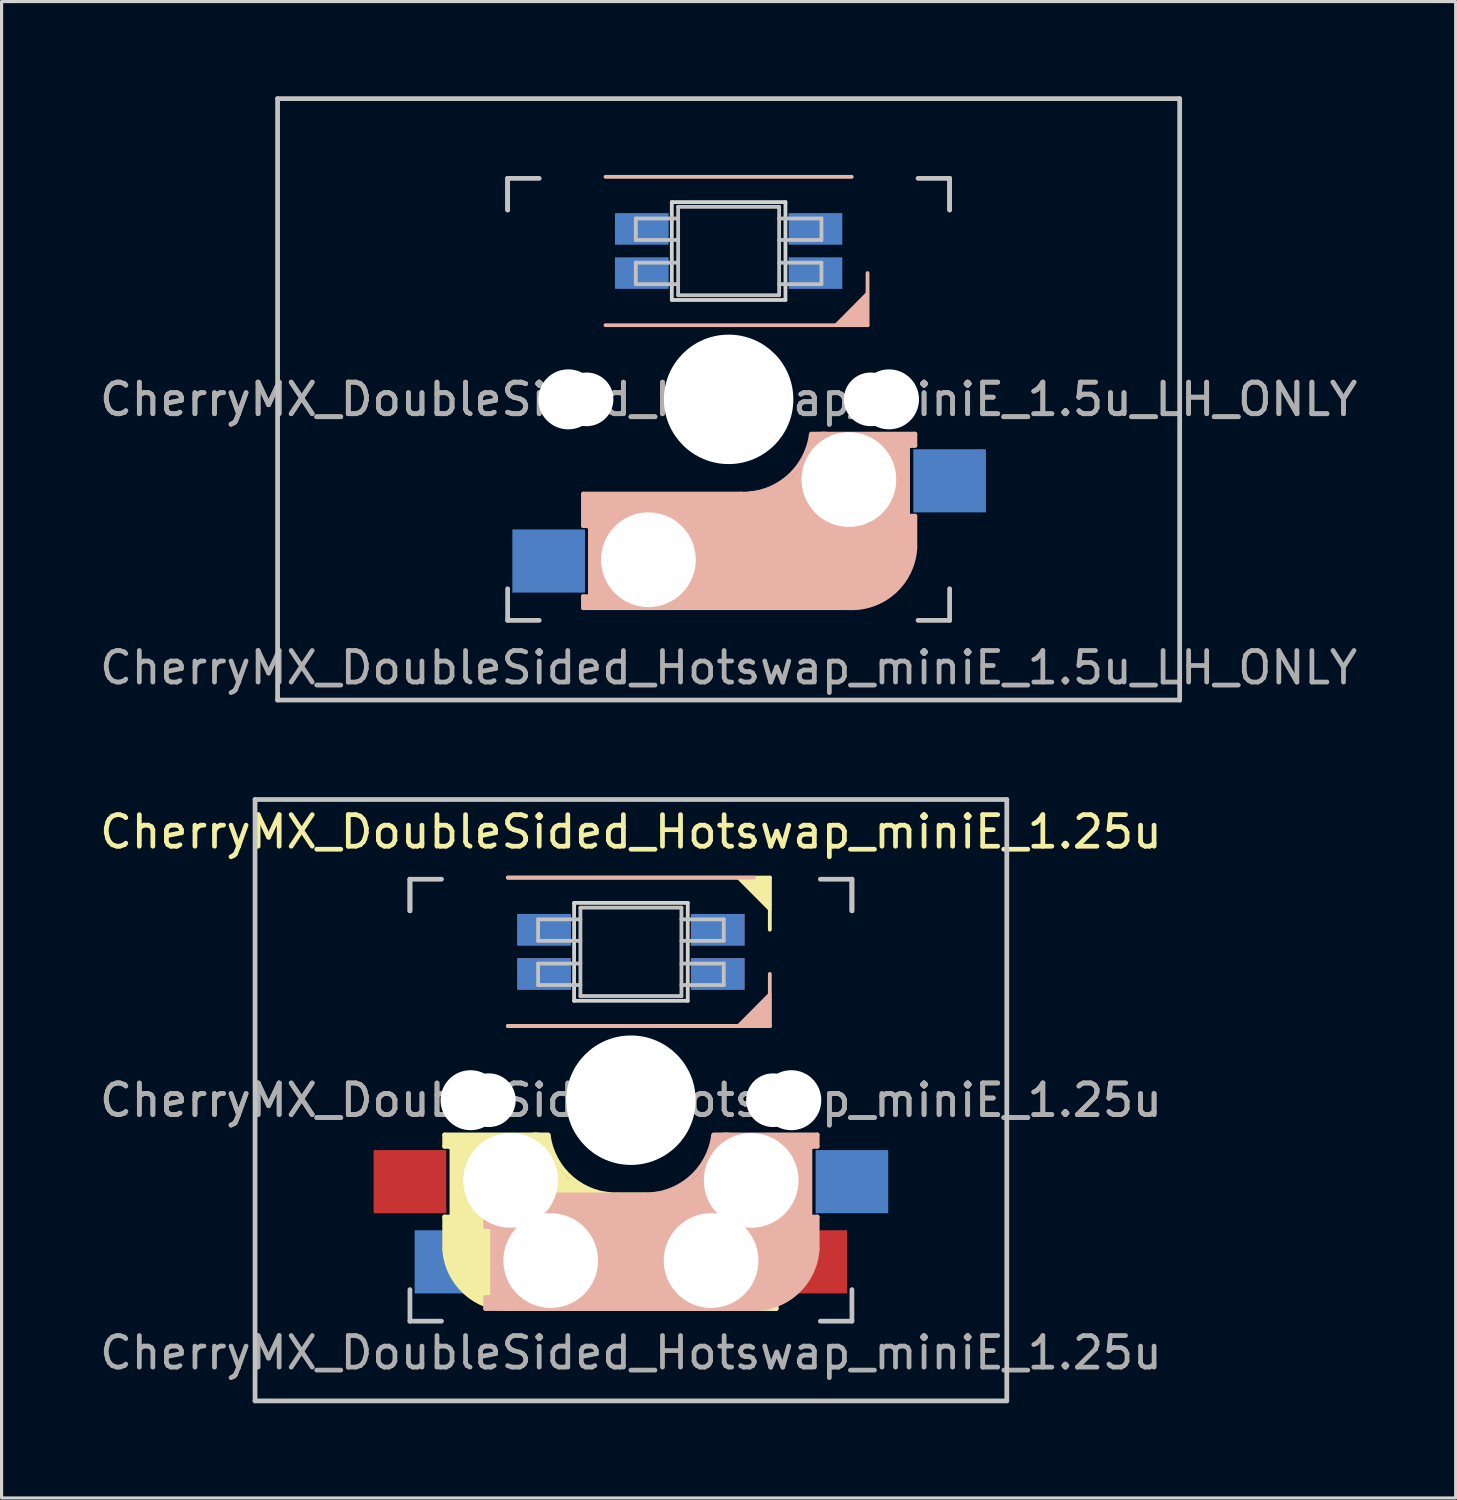
<source format=kicad_pcb>
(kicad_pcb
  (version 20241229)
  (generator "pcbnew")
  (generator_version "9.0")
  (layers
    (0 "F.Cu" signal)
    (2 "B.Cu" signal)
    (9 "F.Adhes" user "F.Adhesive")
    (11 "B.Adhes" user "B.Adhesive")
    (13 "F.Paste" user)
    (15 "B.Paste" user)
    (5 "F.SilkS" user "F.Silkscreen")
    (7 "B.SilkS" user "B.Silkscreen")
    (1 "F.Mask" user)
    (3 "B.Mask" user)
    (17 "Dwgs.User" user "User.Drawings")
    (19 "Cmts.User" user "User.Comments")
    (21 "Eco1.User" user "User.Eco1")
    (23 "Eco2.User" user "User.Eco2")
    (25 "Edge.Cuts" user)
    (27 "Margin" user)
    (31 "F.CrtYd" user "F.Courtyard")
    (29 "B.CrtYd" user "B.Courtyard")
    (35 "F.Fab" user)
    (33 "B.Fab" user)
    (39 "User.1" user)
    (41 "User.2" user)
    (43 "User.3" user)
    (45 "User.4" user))
  (footprint "CherryMX_DoubleSided_Hotswap_miniE_1.5u_LH_ONLY"
    (layer "F.Cu")
    (at 20.03 9.6)
    (property "Reference" "CherryMX_DoubleSided_Hotswap_miniE_1.5u_LH_ONLY" (at 0 8.5 0) (layer "F.Fab") (effects (font (size 1 1) (thickness 0.15))))
    (attr through_hole)
    (fp_line (start -4.6 3) (end -4.6 4) (stroke (width 0.15) (type solid)) (layer "B.SilkS"))
    (fp_line (start -4.6 4) (end -4.4 4) (stroke (width 0.15) (type solid)) (layer "B.SilkS"))
    (fp_line (start -4.6 6.25) (end -4.6 6.6) (stroke (width 0.15) (type solid)) (layer "B.SilkS"))
    (fp_line (start -4.6 6.6) (end 3.8 6.6) (stroke (width 0.15) (type solid)) (layer "B.SilkS"))
    (fp_line (start -4.4 3.9) (end -4.4 3.2) (stroke (width 0.4) (type solid)) (layer "B.SilkS"))
    (fp_line (start -4.4 6.25) (end -4.6 6.25) (stroke (width 0.15) (type solid)) (layer "B.SilkS"))
    (fp_line (start -4.4 6.4) (end -3 6.4) (stroke (width 0.4) (type solid)) (layer "B.SilkS"))
    (fp_line (start -4.38 4) (end -4.38 6.25) (stroke (width 0.15) (type solid)) (layer "B.SilkS"))
    (fp_line (start -4.3 3.3) (end -2.9 3.3) (stroke (width 0.5) (type solid)) (layer "B.SilkS"))
    (fp_line (start -3.9 -2.349) (end 4.4 -2.349) (stroke (width 0.12) (type solid)) (layer "B.SilkS"))
    (fp_line (start -3.9 6) (end -3.9 3.5) (stroke (width 1) (type solid)) (layer "B.SilkS"))
    (fp_line (start -2.6 4.8) (end 4.1 4.8) (stroke (width 3.5) (type solid)) (layer "B.SilkS"))
    (fp_line (start 0.4 3) (end -4.6 3) (stroke (width 0.15) (type solid)) (layer "B.SilkS"))
    (fp_line (start 3.9 -7.049) (end -3.9 -7.049) (stroke (width 0.12) (type solid)) (layer "B.SilkS"))
    (fp_line (start 4.17 5.1) (end 4.17 2.86) (stroke (width 3) (type solid)) (layer "B.SilkS"))
    (fp_line (start 4.4 -2.349) (end 4.4 -4) (stroke (width 0.12) (type solid)) (layer "B.SilkS"))
    (fp_line (start 5.3 1.6) (end 5.3 3.4) (stroke (width 0.8) (type solid)) (layer "B.SilkS"))
    (fp_line (start 5.67 3.7) (end 5.67 1.46) (stroke (width 0.15) (type solid)) (layer "B.SilkS"))
    (fp_line (start 5.7 1.3) (end 3 1.3) (stroke (width 0.5) (type solid)) (layer "B.SilkS"))
    (fp_line (start 5.7 1.46) (end 5.9 1.46) (stroke (width 0.15) (type solid)) (layer "B.SilkS"))
    (fp_line (start 5.8 3.8) (end 5.8 4.7) (stroke (width 0.3) (type solid)) (layer "B.SilkS"))
    (fp_line (start 5.9 1.1) (end 2.62 1.1) (stroke (width 0.15) (type solid)) (layer "B.SilkS"))
    (fp_line (start 5.9 1.1) (end 5.9 1.46) (stroke (width 0.15) (type solid)) (layer "B.SilkS"))
    (fp_line (start 5.9 3.7) (end 5.7 3.7) (stroke (width 0.15) (type solid)) (layer "B.SilkS"))
    (fp_line (start 5.9 4.7) (end 5.9 3.7) (stroke (width 0.15) (type solid)) (layer "B.SilkS"))
    (fp_arc (start 2.616318 1.121471) (mid 1.868709 2.486118) (end 0.4 3) (stroke (width 0.15) (type solid)) (layer "B.SilkS"))
    (fp_arc (start 3.016318 1.521471) (mid 2.268709 2.886118) (end 0.8 3.4) (stroke (width 1) (type solid)) (layer "B.SilkS"))
    (fp_arc (start 5.9 4.699999) (mid 5.243504 6.084924) (end 3.800001 6.6) (stroke (width 0.15) (type solid)) (layer "B.SilkS"))
    (fp_poly (pts (xy 4.4 -3.365) (xy 4.4 -2.349) (xy 3.392 -2.349)) (stroke (width 0.1) (type solid)) (fill yes) (layer "B.SilkS"))
    (fp_line (start -14.287 -9.525) (end 14.287 -9.525) (stroke (width 0.15) (type solid)) (layer "Dwgs.User"))
    (fp_line (start -14.287 9.525) (end -14.287 -9.525) (stroke (width 0.15) (type solid)) (layer "Dwgs.User"))
    (fp_line (start -7 -7) (end -7 -6) (stroke (width 0.15) (type solid)) (layer "Dwgs.User"))
    (fp_line (start -7 -7) (end -6 -7) (stroke (width 0.15) (type solid)) (layer "Dwgs.User"))
    (fp_line (start -7 -6) (end -7 -7) (stroke (width 0.15) (type solid)) (layer "Dwgs.User"))
    (fp_line (start -7 7) (end -7 6) (stroke (width 0.15) (type solid)) (layer "Dwgs.User"))
    (fp_line (start -7 7) (end -6 7) (stroke (width 0.15) (type solid)) (layer "Dwgs.User"))
    (fp_line (start -2.94 -5.729) (end -2.94 -5.049) (stroke (width 0.12) (type solid)) (layer "Dwgs.User"))
    (fp_line (start -2.94 -5.049) (end -1.6 -5.049) (stroke (width 0.12) (type solid)) (layer "Dwgs.User"))
    (fp_line (start -2.94 -4.329) (end -2.94 -3.649) (stroke (width 0.12) (type solid)) (layer "Dwgs.User"))
    (fp_line (start -2.94 -3.649) (end -1.6 -3.649) (stroke (width 0.12) (type solid)) (layer "Dwgs.User"))
    (fp_line (start -1.6 -5.729) (end -2.94 -5.729) (stroke (width 0.12) (type solid)) (layer "Dwgs.User"))
    (fp_line (start -1.6 -4.329) (end -2.94 -4.329) (stroke (width 0.12) (type solid)) (layer "Dwgs.User"))
    (fp_line (start -1.6 -3.299) (end -1.6 -6.099) (stroke (width 0.12) (type solid)) (layer "Dwgs.User"))
    (fp_line (start 1.6 -6.099) (end -1.6 -6.099) (stroke (width 0.12) (type solid)) (layer "Dwgs.User"))
    (fp_line (start 1.6 -5.049) (end 2.94 -5.049) (stroke (width 0.12) (type solid)) (layer "Dwgs.User"))
    (fp_line (start 1.6 -3.649) (end 2.94 -3.649) (stroke (width 0.12) (type solid)) (layer "Dwgs.User"))
    (fp_line (start 1.6 -3.299) (end -1.6 -3.299) (stroke (width 0.12) (type solid)) (layer "Dwgs.User"))
    (fp_line (start 1.6 -3.299) (end 1.6 -6.099) (stroke (width 0.12) (type solid)) (layer "Dwgs.User"))
    (fp_line (start 2.94 -5.729) (end 1.6 -5.729) (stroke (width 0.12) (type solid)) (layer "Dwgs.User"))
    (fp_line (start 2.94 -5.049) (end 2.94 -5.729) (stroke (width 0.12) (type solid)) (layer "Dwgs.User"))
    (fp_line (start 2.94 -4.329) (end 1.6 -4.329) (stroke (width 0.12) (type solid)) (layer "Dwgs.User"))
    (fp_line (start 2.94 -3.649) (end 2.94 -4.329) (stroke (width 0.12) (type solid)) (layer "Dwgs.User"))
    (fp_line (start 7 -7) (end 6 -7) (stroke (width 0.15) (type solid)) (layer "Dwgs.User"))
    (fp_line (start 7 -6) (end 7 -7) (stroke (width 0.15) (type solid)) (layer "Dwgs.User"))
    (fp_line (start 7 -6) (end 7 -7) (stroke (width 0.15) (type solid)) (layer "Dwgs.User"))
    (fp_line (start 7 6) (end 7 7) (stroke (width 0.15) (type solid)) (layer "Dwgs.User"))
    (fp_line (start 7 7) (end 6 7) (stroke (width 0.15) (type solid)) (layer "Dwgs.User"))
    (fp_line (start 14.287 -9.525) (end 14.287 9.525) (stroke (width 0.15) (type solid)) (layer "Dwgs.User"))
    (fp_line (start 14.287 9.525) (end -14.287 9.525) (stroke (width 0.15) (type solid)) (layer "Dwgs.User"))
    (fp_line (start -1.8 -6.249) (end -1.8 -3.149) (stroke (width 0.12) (type solid)) (layer "Edge.Cuts"))
    (fp_line (start -1.8 -3.149) (end 1.8 -3.149) (stroke (width 0.12) (type solid)) (layer "Edge.Cuts"))
    (fp_line (start 1.8 -6.249) (end -1.8 -6.249) (stroke (width 0.12) (type solid)) (layer "Edge.Cuts"))
    (fp_line (start 1.8 -3.149) (end 1.8 -6.249) (stroke (width 0.12) (type solid)) (layer "Edge.Cuts"))
    (fp_text user "${REFERENCE}" (at 0 0 180) (layer "F.Fab") (effects (font (size 1 1) (thickness 0.15))))
    (fp_text user "${REFERENCE}" (at 0 0 180) (layer "F.Fab") (effects (font (size 1 1) (thickness 0.15))))
    (pad "" np_thru_hole circle (at -5.08 0 180) (size 1.9 1.9) (drill 1.9) (layers "*.Cu" "*.Mask"))
    (pad "" np_thru_hole circle (at -4.5 0 180) (size 1.7 1.7) (drill 1.7) (layers "*.Cu" "*.Mask"))
    (pad "" np_thru_hole circle (at -2.54 5.08) (size 3 3) (drill 3) (layers "*.Cu" "*.Mask"))
    (pad "" np_thru_hole circle (at 0 0 270) (size 4.1 4.1) (drill 4.1) (layers "*.Cu" "*.Mask"))
    (pad "" np_thru_hole circle (at 3.81 2.54) (size 3 3) (drill 3) (layers "*.Cu" "*.Mask"))
    (pad "" np_thru_hole circle (at 4.5 0 180) (size 1.7 1.7) (drill 1.7) (layers "*.Cu" "*.Mask"))
    (pad "" np_thru_hole circle (at 5.08 0 180) (size 1.9 1.9) (drill 1.9) (layers "*.Cu" "*.Mask"))
    (pad "1" smd rect (at -2.75 -5.399 180) (size 1.7 1) (layers "B.Cu" "B.Mask" "B.Paste"))
    (pad "2" smd rect (at -2.75 -3.999 180) (size 1.7 1) (layers "B.Cu" "B.Mask" "B.Paste"))
    (pad "3" smd rect (at 2.75 -3.999 180) (size 1.7 1) (layers "B.Cu" "B.Mask" "B.Paste"))
    (pad "4" smd rect (at 2.75 -5.399 180) (size 1.7 1) (layers "B.Cu" "B.Mask" "B.Paste"))
    (pad "5" smd rect (at -5.7 5.12) (size 2.3 2) (layers "B.Cu" "B.Mask" "B.Paste"))
    (pad "6" smd rect (at 7 2.58) (size 2.3 2) (layers "B.Cu" "B.Mask" "B.Paste")))
  (footprint "CherryMX_DoubleSided_Hotswap_miniE_1.25u"
    (layer "F.Cu")
    (at 16.935 31.8)
    (property "Reference" "CherryMX_DoubleSided_Hotswap_miniE_1.25u" (at 0 -8.5 180) (layer "F.SilkS") (effects (font (size 1 1) (thickness 0.15))))
    (attr through_hole)
    (fp_line (start -5.9 1.1) (end -5.9 1.46) (stroke (width 0.15) (type solid)) (layer "F.SilkS"))
    (fp_line (start -5.9 1.1) (end -2.62 1.1) (stroke (width 0.15) (type solid)) (layer "F.SilkS"))
    (fp_line (start -5.9 3.7) (end -5.7 3.7) (stroke (width 0.15) (type solid)) (layer "F.SilkS"))
    (fp_line (start -5.9 4.7) (end -5.9 3.7) (stroke (width 0.15) (type solid)) (layer "F.SilkS"))
    (fp_line (start -5.8 3.8) (end -5.8 4.7) (stroke (width 0.3) (type solid)) (layer "F.SilkS"))
    (fp_line (start -5.7 1.3) (end -3 1.3) (stroke (width 0.5) (type solid)) (layer "F.SilkS"))
    (fp_line (start -5.7 1.46) (end -5.9 1.46) (stroke (width 0.15) (type solid)) (layer "F.SilkS"))
    (fp_line (start -5.67 3.7) (end -5.67 1.46) (stroke (width 0.15) (type solid)) (layer "F.SilkS"))
    (fp_line (start -5.3 1.6) (end -5.3 3.4) (stroke (width 0.8) (type solid)) (layer "F.SilkS"))
    (fp_line (start -4.17 5.1) (end -4.17 2.86) (stroke (width 3) (type solid)) (layer "F.SilkS"))
    (fp_line (start -3.9 -7.052) (end 4.4 -7.052) (stroke (width 0.12) (type solid)) (layer "F.SilkS"))
    (fp_line (start -0.4 3) (end 4.6 3) (stroke (width 0.15) (type solid)) (layer "F.SilkS"))
    (fp_line (start 2.6 4.8) (end -4.1 4.8) (stroke (width 3.5) (type solid)) (layer "F.SilkS"))
    (fp_line (start 3.9 6) (end 3.9 3.5) (stroke (width 1) (type solid)) (layer "F.SilkS"))
    (fp_line (start 4.3 3.3) (end 2.9 3.3) (stroke (width 0.5) (type solid)) (layer "F.SilkS"))
    (fp_line (start 4.38 4) (end 4.38 6.25) (stroke (width 0.15) (type solid)) (layer "F.SilkS"))
    (fp_line (start 4.4 -7.052) (end 4.4 -5.401) (stroke (width 0.12) (type solid)) (layer "F.SilkS"))
    (fp_line (start 4.4 -2.349) (end -3.9 -2.352) (stroke (width 0.12) (type solid)) (layer "F.SilkS"))
    (fp_line (start 4.4 3.9) (end 4.4 3.2) (stroke (width 0.4) (type solid)) (layer "F.SilkS"))
    (fp_line (start 4.4 6.25) (end 4.6 6.25) (stroke (width 0.15) (type solid)) (layer "F.SilkS"))
    (fp_line (start 4.4 6.4) (end 3 6.4) (stroke (width 0.4) (type solid)) (layer "F.SilkS"))
    (fp_line (start 4.6 3) (end 4.6 4) (stroke (width 0.15) (type solid)) (layer "F.SilkS"))
    (fp_line (start 4.6 4) (end 4.4 4) (stroke (width 0.15) (type solid)) (layer "F.SilkS"))
    (fp_line (start 4.6 6.25) (end 4.6 6.6) (stroke (width 0.15) (type solid)) (layer "F.SilkS"))
    (fp_line (start 4.6 6.6) (end -3.8 6.6) (stroke (width 0.15) (type solid)) (layer "F.SilkS"))
    (fp_arc (start -3.8 6.600001) (mid -5.243504 6.084925) (end -5.900001 4.7) (stroke (width 0.15) (type solid)) (layer "F.SilkS"))
    (fp_arc (start -0.8 3.4) (mid -2.268709 2.886118) (end -3.016318 1.521471) (stroke (width 1) (type solid)) (layer "F.SilkS"))
    (fp_arc (start -0.4 3) (mid -1.868709 2.486118) (end -2.616318 1.121471) (stroke (width 0.15) (type solid)) (layer "F.SilkS"))
    (fp_poly (pts (xy 3.392 -7.049) (xy 4.4 -7.052) (xy 4.4 -6.036)) (stroke (width 0.1) (type solid)) (fill yes) (layer "F.SilkS"))
    (fp_line (start -4.6 3) (end -4.6 4) (stroke (width 0.15) (type solid)) (layer "B.SilkS"))
    (fp_line (start -4.6 4) (end -4.4 4) (stroke (width 0.15) (type solid)) (layer "B.SilkS"))
    (fp_line (start -4.6 6.25) (end -4.6 6.6) (stroke (width 0.15) (type solid)) (layer "B.SilkS"))
    (fp_line (start -4.6 6.6) (end 3.8 6.6) (stroke (width 0.15) (type solid)) (layer "B.SilkS"))
    (fp_line (start -4.4 3.9) (end -4.4 3.2) (stroke (width 0.4) (type solid)) (layer "B.SilkS"))
    (fp_line (start -4.4 6.25) (end -4.6 6.25) (stroke (width 0.15) (type solid)) (layer "B.SilkS"))
    (fp_line (start -4.4 6.4) (end -3 6.4) (stroke (width 0.4) (type solid)) (layer "B.SilkS"))
    (fp_line (start -4.38 4) (end -4.38 6.25) (stroke (width 0.15) (type solid)) (layer "B.SilkS"))
    (fp_line (start -4.3 3.3) (end -2.9 3.3) (stroke (width 0.5) (type solid)) (layer "B.SilkS"))
    (fp_line (start -3.9 -2.349) (end 4.4 -2.349) (stroke (width 0.12) (type solid)) (layer "B.SilkS"))
    (fp_line (start -3.9 6) (end -3.9 3.5) (stroke (width 1) (type solid)) (layer "B.SilkS"))
    (fp_line (start -2.6 4.8) (end 4.1 4.8) (stroke (width 3.5) (type solid)) (layer "B.SilkS"))
    (fp_line (start 0.4 3) (end -4.6 3) (stroke (width 0.15) (type solid)) (layer "B.SilkS"))
    (fp_line (start 3.9 -7.049) (end -3.9 -7.049) (stroke (width 0.12) (type solid)) (layer "B.SilkS"))
    (fp_line (start 4.17 5.1) (end 4.17 2.86) (stroke (width 3) (type solid)) (layer "B.SilkS"))
    (fp_line (start 4.4 -2.349) (end 4.4 -4) (stroke (width 0.12) (type solid)) (layer "B.SilkS"))
    (fp_line (start 5.3 1.6) (end 5.3 3.4) (stroke (width 0.8) (type solid)) (layer "B.SilkS"))
    (fp_line (start 5.67 3.7) (end 5.67 1.46) (stroke (width 0.15) (type solid)) (layer "B.SilkS"))
    (fp_line (start 5.7 1.3) (end 3 1.3) (stroke (width 0.5) (type solid)) (layer "B.SilkS"))
    (fp_line (start 5.7 1.46) (end 5.9 1.46) (stroke (width 0.15) (type solid)) (layer "B.SilkS"))
    (fp_line (start 5.8 3.8) (end 5.8 4.7) (stroke (width 0.3) (type solid)) (layer "B.SilkS"))
    (fp_line (start 5.9 1.1) (end 2.62 1.1) (stroke (width 0.15) (type solid)) (layer "B.SilkS"))
    (fp_line (start 5.9 1.1) (end 5.9 1.46) (stroke (width 0.15) (type solid)) (layer "B.SilkS"))
    (fp_line (start 5.9 3.7) (end 5.7 3.7) (stroke (width 0.15) (type solid)) (layer "B.SilkS"))
    (fp_line (start 5.9 4.7) (end 5.9 3.7) (stroke (width 0.15) (type solid)) (layer "B.SilkS"))
    (fp_arc (start 2.616318 1.121471) (mid 1.868709 2.486118) (end 0.4 3) (stroke (width 0.15) (type solid)) (layer "B.SilkS"))
    (fp_arc (start 3.016318 1.521471) (mid 2.268709 2.886118) (end 0.8 3.4) (stroke (width 1) (type solid)) (layer "B.SilkS"))
    (fp_arc (start 5.9 4.699999) (mid 5.243504 6.084924) (end 3.800001 6.6) (stroke (width 0.15) (type solid)) (layer "B.SilkS"))
    (fp_poly (pts (xy 4.4 -3.365) (xy 4.4 -2.349) (xy 3.392 -2.349)) (stroke (width 0.1) (type solid)) (fill yes) (layer "B.SilkS"))
    (fp_line (start -11.906 -9.525) (end 11.906 -9.525) (stroke (width 0.15) (type solid)) (layer "Dwgs.User"))
    (fp_line (start -11.906 9.525) (end -11.906 -9.525) (stroke (width 0.15) (type solid)) (layer "Dwgs.User"))
    (fp_line (start -7 -7) (end -7 -6) (stroke (width 0.15) (type solid)) (layer "Dwgs.User"))
    (fp_line (start -7 -7) (end -6 -7) (stroke (width 0.15) (type solid)) (layer "Dwgs.User"))
    (fp_line (start -7 -6) (end -7 -7) (stroke (width 0.15) (type solid)) (layer "Dwgs.User"))
    (fp_line (start -7 7) (end -7 6) (stroke (width 0.15) (type solid)) (layer "Dwgs.User"))
    (fp_line (start -7 7) (end -6 7) (stroke (width 0.15) (type solid)) (layer "Dwgs.User"))
    (fp_line (start -2.94 -5.729) (end -2.94 -5.049) (stroke (width 0.12) (type solid)) (layer "Dwgs.User"))
    (fp_line (start -2.94 -5.049) (end -1.6 -5.049) (stroke (width 0.12) (type solid)) (layer "Dwgs.User"))
    (fp_line (start -2.94 -4.329) (end -2.94 -3.649) (stroke (width 0.12) (type solid)) (layer "Dwgs.User"))
    (fp_line (start -2.94 -3.649) (end -1.6 -3.649) (stroke (width 0.12) (type solid)) (layer "Dwgs.User"))
    (fp_line (start -1.6 -5.729) (end -2.94 -5.729) (stroke (width 0.12) (type solid)) (layer "Dwgs.User"))
    (fp_line (start -1.6 -4.329) (end -2.94 -4.329) (stroke (width 0.12) (type solid)) (layer "Dwgs.User"))
    (fp_line (start -1.6 -3.299) (end -1.6 -6.099) (stroke (width 0.12) (type solid)) (layer "Dwgs.User"))
    (fp_line (start 1.6 -6.099) (end -1.6 -6.099) (stroke (width 0.12) (type solid)) (layer "Dwgs.User"))
    (fp_line (start 1.6 -5.049) (end 2.94 -5.049) (stroke (width 0.12) (type solid)) (layer "Dwgs.User"))
    (fp_line (start 1.6 -3.649) (end 2.94 -3.649) (stroke (width 0.12) (type solid)) (layer "Dwgs.User"))
    (fp_line (start 1.6 -3.299) (end -1.6 -3.299) (stroke (width 0.12) (type solid)) (layer "Dwgs.User"))
    (fp_line (start 1.6 -3.299) (end 1.6 -6.099) (stroke (width 0.12) (type solid)) (layer "Dwgs.User"))
    (fp_line (start 2.94 -5.729) (end 1.6 -5.729) (stroke (width 0.12) (type solid)) (layer "Dwgs.User"))
    (fp_line (start 2.94 -5.049) (end 2.94 -5.729) (stroke (width 0.12) (type solid)) (layer "Dwgs.User"))
    (fp_line (start 2.94 -4.329) (end 1.6 -4.329) (stroke (width 0.12) (type solid)) (layer "Dwgs.User"))
    (fp_line (start 2.94 -3.649) (end 2.94 -4.329) (stroke (width 0.12) (type solid)) (layer "Dwgs.User"))
    (fp_line (start 7 -7) (end 6 -7) (stroke (width 0.15) (type solid)) (layer "Dwgs.User"))
    (fp_line (start 7 -6) (end 7 -7) (stroke (width 0.15) (type solid)) (layer "Dwgs.User"))
    (fp_line (start 7 -6) (end 7 -7) (stroke (width 0.15) (type solid)) (layer "Dwgs.User"))
    (fp_line (start 7 6) (end 7 7) (stroke (width 0.15) (type solid)) (layer "Dwgs.User"))
    (fp_line (start 7 7) (end 6 7) (stroke (width 0.15) (type solid)) (layer "Dwgs.User"))
    (fp_line (start 11.906 -9.525) (end 11.906 9.525) (stroke (width 0.15) (type solid)) (layer "Dwgs.User"))
    (fp_line (start 11.906 9.525) (end -11.906 9.525) (stroke (width 0.15) (type solid)) (layer "Dwgs.User"))
    (fp_line (start -1.8 -6.249) (end -1.8 -3.149) (stroke (width 0.12) (type solid)) (layer "Edge.Cuts"))
    (fp_line (start -1.8 -3.149) (end 1.8 -3.149) (stroke (width 0.12) (type solid)) (layer "Edge.Cuts"))
    (fp_line (start 1.8 -6.249) (end -1.8 -6.249) (stroke (width 0.12) (type solid)) (layer "Edge.Cuts"))
    (fp_line (start 1.8 -3.149) (end 1.8 -6.249) (stroke (width 0.12) (type solid)) (layer "Edge.Cuts"))
    (fp_text user "${REFERENCE}" (at 0 0 180) (layer "F.Fab") (effects (font (size 1 1) (thickness 0.15))))
    (fp_text user "${REFERENCE}" (at 0 0 180) (layer "F.Fab") (effects (font (size 1 1) (thickness 0.15))))
    (fp_text user "${REFERENCE}" (at 0 8 180) (layer "F.Fab") (effects (font (size 1 1) (thickness 0.15))))
    (pad "" np_thru_hole circle (at -5.08 0 180) (size 1.9 1.9) (drill 1.9) (layers "*.Cu" "*.Mask"))
    (pad "" np_thru_hole circle (at -4.5 0 180) (size 1.7 1.7) (drill 1.7) (layers "*.Cu" "*.Mask"))
    (pad "" np_thru_hole circle (at -3.81 2.54) (size 3 3) (drill 3) (layers "*.Cu" "*.Mask"))
    (pad "" np_thru_hole circle (at -2.54 5.08) (size 3 3) (drill 3) (layers "*.Cu" "*.Mask"))
    (pad "" np_thru_hole circle (at 0 0 270) (size 4.1 4.1) (drill 4.1) (layers "*.Cu" "*.Mask"))
    (pad "" np_thru_hole circle (at 2.54 5.08) (size 3 3) (drill 3) (layers "*.Cu" "*.Mask"))
    (pad "" np_thru_hole circle (at 3.81 2.54) (size 3 3) (drill 3) (layers "*.Cu" "*.Mask"))
    (pad "" np_thru_hole circle (at 4.5 0 180) (size 1.7 1.7) (drill 1.7) (layers "*.Cu" "*.Mask"))
    (pad "" np_thru_hole circle (at 5.08 0 180) (size 1.9 1.9) (drill 1.9) (layers "*.Cu" "*.Mask"))
    (pad "1" smd rect (at -2.75 -5.399 180) (size 1.7 1) (layers "B.Cu" "B.Mask" "B.Paste"))
    (pad "1" smd rect (at -2.75 -3.999 180) (size 1.7 1) (layers "F.Cu" "F.Mask" "F.Paste"))
    (pad "2" smd rect (at -2.75 -5.399 180) (size 1.7 1) (layers "F.Cu" "F.Mask" "F.Paste"))
    (pad "2" smd rect (at -2.75 -3.999 180) (size 1.7 1) (layers "B.Cu" "B.Mask" "B.Paste"))
    (pad "3" smd rect (at 2.75 -5.399 180) (size 1.7 1) (layers "F.Cu" "F.Mask" "F.Paste"))
    (pad "3" smd rect (at 2.75 -3.999 180) (size 1.7 1) (layers "B.Cu" "B.Mask" "B.Paste"))
    (pad "4" smd rect (at 2.75 -5.399 180) (size 1.7 1) (layers "B.Cu" "B.Mask" "B.Paste"))
    (pad "4" smd rect (at 2.75 -3.999 180) (size 1.7 1) (layers "F.Cu" "F.Mask" "F.Paste"))
    (pad "5" smd rect (at -5.7 5.12) (size 2.3 2) (layers "B.Cu" "B.Mask" "B.Paste"))
    (pad "5" smd rect (at 5.7 5.12) (size 2.3 2) (layers "F.Cu" "F.Mask" "F.Paste"))
    (pad "6" smd rect (at -7 2.58) (size 2.3 2) (layers "F.Cu" "F.Mask" "F.Paste"))
    (pad "6" smd rect (at 7 2.58) (size 2.3 2) (layers "B.Cu" "B.Mask" "B.Paste")))
  (gr_rect
    (start -3 -3)
    (end 43.06 44.4)
    (stroke (width 0.1) (type default))
    (fill no)
    (layer "Edge.Cuts")))
</source>
